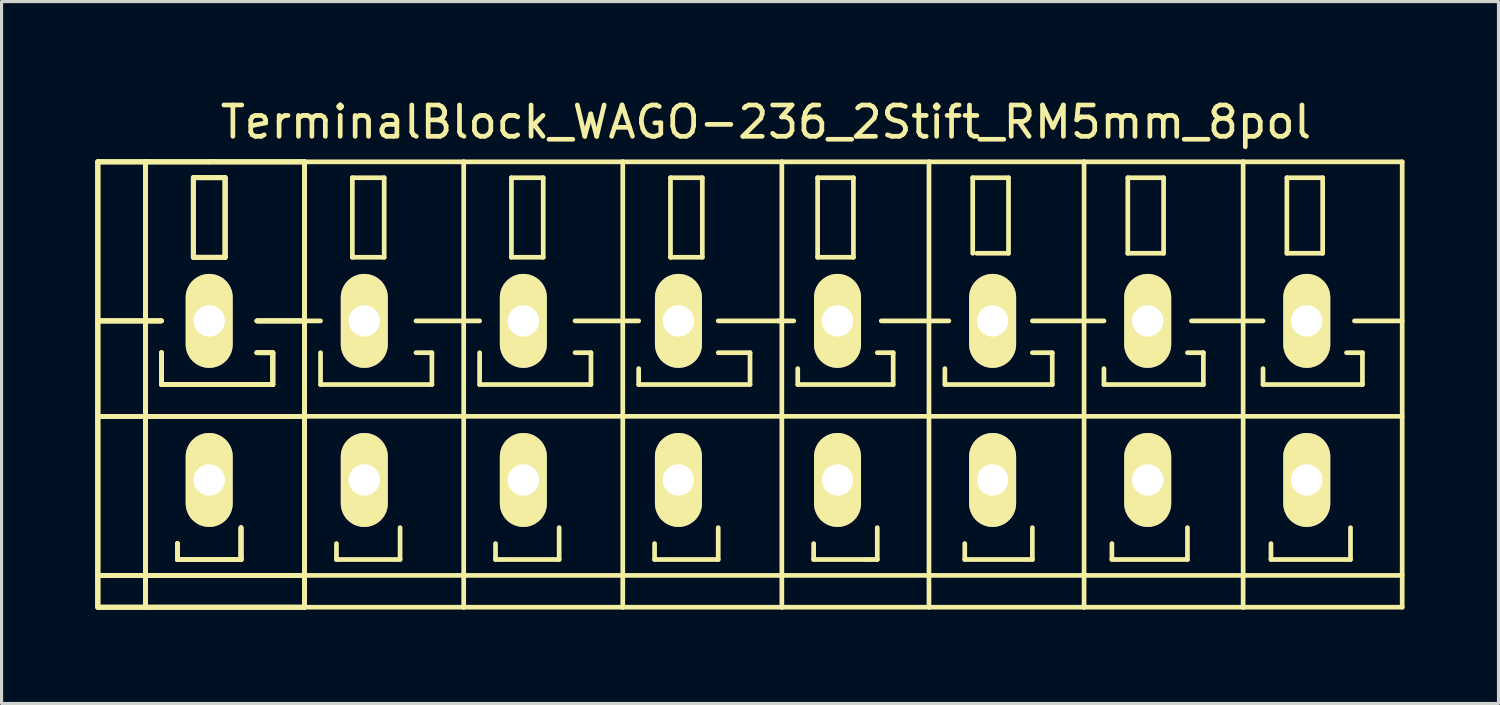
<source format=kicad_pcb>
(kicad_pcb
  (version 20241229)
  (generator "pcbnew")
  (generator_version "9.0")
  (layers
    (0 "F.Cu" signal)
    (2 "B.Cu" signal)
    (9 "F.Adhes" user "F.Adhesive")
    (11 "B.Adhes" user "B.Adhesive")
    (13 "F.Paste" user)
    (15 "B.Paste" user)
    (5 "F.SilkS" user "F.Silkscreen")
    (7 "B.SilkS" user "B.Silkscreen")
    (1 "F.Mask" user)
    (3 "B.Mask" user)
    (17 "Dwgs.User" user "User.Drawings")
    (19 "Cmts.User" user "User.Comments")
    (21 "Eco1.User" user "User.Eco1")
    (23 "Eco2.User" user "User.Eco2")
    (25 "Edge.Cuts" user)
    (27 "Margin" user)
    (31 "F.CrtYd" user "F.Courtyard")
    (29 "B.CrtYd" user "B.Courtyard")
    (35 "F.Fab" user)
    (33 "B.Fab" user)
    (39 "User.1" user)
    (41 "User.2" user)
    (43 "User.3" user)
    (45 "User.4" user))
  (footprint "TerminalBlock_WAGO-236_2Stift_RM5mm_8pol"
    (layer "F.Cu")
    (at 21.411 9.738)
    (property "Reference" "TerminalBlock_WAGO-236_2Stift_RM5mm_8pol" (at 0 -8.89 0) (layer "F.SilkS") (effects (font (size 1 1) (thickness 0.15))))
    (attr through_hole)
    (fp_line (start -21.336 -7.62) (end -19.812 -7.62) (stroke (width 0.15) (type solid)) (layer "F.SilkS"))
    (fp_line (start -21.336 -7.62) (end -19.812 -7.62) (stroke (width 0.15) (type solid)) (layer "F.SilkS"))
    (fp_line (start -21.336 -7.62) (end -19.812 -7.62) (stroke (width 0.15) (type solid)) (layer "F.SilkS"))
    (fp_line (start -21.336 -7.62) (end -19.812 -7.62) (stroke (width 0.15) (type solid)) (layer "F.SilkS"))
    (fp_line (start -21.336 -2.54) (end -19.304 -2.54) (stroke (width 0.15) (type solid)) (layer "F.SilkS"))
    (fp_line (start -21.336 -2.54) (end -19.304 -2.54) (stroke (width 0.15) (type solid)) (layer "F.SilkS"))
    (fp_line (start -21.336 -2.54) (end -19.304 -2.54) (stroke (width 0.15) (type solid)) (layer "F.SilkS"))
    (fp_line (start -21.336 -2.54) (end -19.304 -2.54) (stroke (width 0.15) (type solid)) (layer "F.SilkS"))
    (fp_line (start -21.336 0.508) (end -14.732 0.508) (stroke (width 0.15) (type solid)) (layer "F.SilkS"))
    (fp_line (start -21.336 0.508) (end -14.732 0.508) (stroke (width 0.15) (type solid)) (layer "F.SilkS"))
    (fp_line (start -21.336 0.508) (end -14.732 0.508) (stroke (width 0.15) (type solid)) (layer "F.SilkS"))
    (fp_line (start -21.336 0.508) (end -14.732 0.508) (stroke (width 0.15) (type solid)) (layer "F.SilkS"))
    (fp_line (start -21.336 5.588) (end -14.732 5.588) (stroke (width 0.15) (type solid)) (layer "F.SilkS"))
    (fp_line (start -21.336 5.588) (end -14.732 5.588) (stroke (width 0.15) (type solid)) (layer "F.SilkS"))
    (fp_line (start -21.336 5.588) (end -14.732 5.588) (stroke (width 0.15) (type solid)) (layer "F.SilkS"))
    (fp_line (start -21.336 5.588) (end -14.732 5.588) (stroke (width 0.15) (type solid)) (layer "F.SilkS"))
    (fp_line (start -21.336 6.604) (end -21.336 -7.62) (stroke (width 0.15) (type solid)) (layer "F.SilkS"))
    (fp_line (start -21.336 6.604) (end -21.336 -7.62) (stroke (width 0.15) (type solid)) (layer "F.SilkS"))
    (fp_line (start -21.336 6.604) (end -21.336 -7.62) (stroke (width 0.15) (type solid)) (layer "F.SilkS"))
    (fp_line (start -21.336 6.604) (end -21.336 -7.62) (stroke (width 0.15) (type solid)) (layer "F.SilkS"))
    (fp_line (start -19.812 -7.62) (end -17.78 -7.62) (stroke (width 0.15) (type solid)) (layer "F.SilkS"))
    (fp_line (start -19.812 -7.62) (end -17.78 -7.62) (stroke (width 0.15) (type solid)) (layer "F.SilkS"))
    (fp_line (start -19.812 -7.62) (end -17.78 -7.62) (stroke (width 0.15) (type solid)) (layer "F.SilkS"))
    (fp_line (start -19.812 -7.62) (end -17.78 -7.62) (stroke (width 0.15) (type solid)) (layer "F.SilkS"))
    (fp_line (start -19.812 6.604) (end -21.336 6.604) (stroke (width 0.15) (type solid)) (layer "F.SilkS"))
    (fp_line (start -19.812 6.604) (end -21.336 6.604) (stroke (width 0.15) (type solid)) (layer "F.SilkS"))
    (fp_line (start -19.812 6.604) (end -21.336 6.604) (stroke (width 0.15) (type solid)) (layer "F.SilkS"))
    (fp_line (start -19.812 6.604) (end -21.336 6.604) (stroke (width 0.15) (type solid)) (layer "F.SilkS"))
    (fp_line (start -19.812 6.604) (end -19.812 -7.62) (stroke (width 0.15) (type solid)) (layer "F.SilkS"))
    (fp_line (start -19.812 6.604) (end -19.812 -7.62) (stroke (width 0.15) (type solid)) (layer "F.SilkS"))
    (fp_line (start -19.812 6.604) (end -19.812 -7.62) (stroke (width 0.15) (type solid)) (layer "F.SilkS"))
    (fp_line (start -19.812 6.604) (end -19.812 -7.62) (stroke (width 0.15) (type solid)) (layer "F.SilkS"))
    (fp_line (start -19.304 -1.524) (end -19.304 -0.508) (stroke (width 0.15) (type solid)) (layer "F.SilkS"))
    (fp_line (start -19.304 -1.524) (end -19.304 -0.508) (stroke (width 0.15) (type solid)) (layer "F.SilkS"))
    (fp_line (start -19.304 -1.524) (end -19.304 -0.508) (stroke (width 0.15) (type solid)) (layer "F.SilkS"))
    (fp_line (start -19.304 -1.524) (end -19.304 -0.508) (stroke (width 0.15) (type solid)) (layer "F.SilkS"))
    (fp_line (start -19.304 -0.508) (end -15.748 -0.508) (stroke (width 0.15) (type solid)) (layer "F.SilkS"))
    (fp_line (start -19.304 -0.508) (end -15.748 -0.508) (stroke (width 0.15) (type solid)) (layer "F.SilkS"))
    (fp_line (start -19.304 -0.508) (end -15.748 -0.508) (stroke (width 0.15) (type solid)) (layer "F.SilkS"))
    (fp_line (start -19.304 -0.508) (end -15.748 -0.508) (stroke (width 0.15) (type solid)) (layer "F.SilkS"))
    (fp_line (start -18.796 4.572) (end -18.796 5.08) (stroke (width 0.15) (type solid)) (layer "F.SilkS"))
    (fp_line (start -18.796 4.572) (end -18.796 5.08) (stroke (width 0.15) (type solid)) (layer "F.SilkS"))
    (fp_line (start -18.796 4.572) (end -18.796 5.08) (stroke (width 0.15) (type solid)) (layer "F.SilkS"))
    (fp_line (start -18.796 4.572) (end -18.796 5.08) (stroke (width 0.15) (type solid)) (layer "F.SilkS"))
    (fp_line (start -18.796 5.08) (end -16.764 5.08) (stroke (width 0.15) (type solid)) (layer "F.SilkS"))
    (fp_line (start -18.796 5.08) (end -16.764 5.08) (stroke (width 0.15) (type solid)) (layer "F.SilkS"))
    (fp_line (start -18.796 5.08) (end -16.764 5.08) (stroke (width 0.15) (type solid)) (layer "F.SilkS"))
    (fp_line (start -18.796 5.08) (end -16.764 5.08) (stroke (width 0.15) (type solid)) (layer "F.SilkS"))
    (fp_line (start -18.288 -7.112) (end -17.272 -7.112) (stroke (width 0.15) (type solid)) (layer "F.SilkS"))
    (fp_line (start -18.288 -7.112) (end -17.272 -7.112) (stroke (width 0.15) (type solid)) (layer "F.SilkS"))
    (fp_line (start -18.288 -7.112) (end -17.272 -7.112) (stroke (width 0.15) (type solid)) (layer "F.SilkS"))
    (fp_line (start -18.288 -7.112) (end -17.272 -7.112) (stroke (width 0.15) (type solid)) (layer "F.SilkS"))
    (fp_line (start -18.288 -4.572) (end -18.288 -7.112) (stroke (width 0.15) (type solid)) (layer "F.SilkS"))
    (fp_line (start -18.288 -4.572) (end -18.288 -7.112) (stroke (width 0.15) (type solid)) (layer "F.SilkS"))
    (fp_line (start -18.288 -4.572) (end -18.288 -7.112) (stroke (width 0.15) (type solid)) (layer "F.SilkS"))
    (fp_line (start -18.288 -4.572) (end -18.288 -7.112) (stroke (width 0.15) (type solid)) (layer "F.SilkS"))
    (fp_line (start -17.78 -7.62) (end -14.732 -7.62) (stroke (width 0.15) (type solid)) (layer "F.SilkS"))
    (fp_line (start -17.78 -7.62) (end -14.732 -7.62) (stroke (width 0.15) (type solid)) (layer "F.SilkS"))
    (fp_line (start -17.78 -7.62) (end -14.732 -7.62) (stroke (width 0.15) (type solid)) (layer "F.SilkS"))
    (fp_line (start -17.78 -7.62) (end -14.732 -7.62) (stroke (width 0.15) (type solid)) (layer "F.SilkS"))
    (fp_line (start -17.272 -7.112) (end -17.272 -4.572) (stroke (width 0.15) (type solid)) (layer "F.SilkS"))
    (fp_line (start -17.272 -7.112) (end -17.272 -4.572) (stroke (width 0.15) (type solid)) (layer "F.SilkS"))
    (fp_line (start -17.272 -7.112) (end -17.272 -4.572) (stroke (width 0.15) (type solid)) (layer "F.SilkS"))
    (fp_line (start -17.272 -7.112) (end -17.272 -4.572) (stroke (width 0.15) (type solid)) (layer "F.SilkS"))
    (fp_line (start -17.272 -4.572) (end -18.288 -4.572) (stroke (width 0.15) (type solid)) (layer "F.SilkS"))
    (fp_line (start -17.272 -4.572) (end -18.288 -4.572) (stroke (width 0.15) (type solid)) (layer "F.SilkS"))
    (fp_line (start -17.272 -4.572) (end -18.288 -4.572) (stroke (width 0.15) (type solid)) (layer "F.SilkS"))
    (fp_line (start -17.272 -4.572) (end -18.288 -4.572) (stroke (width 0.15) (type solid)) (layer "F.SilkS"))
    (fp_line (start -16.764 5.08) (end -16.764 4.064) (stroke (width 0.15) (type solid)) (layer "F.SilkS"))
    (fp_line (start -16.764 5.08) (end -16.764 4.064) (stroke (width 0.15) (type solid)) (layer "F.SilkS"))
    (fp_line (start -16.764 5.08) (end -16.764 4.064) (stroke (width 0.15) (type solid)) (layer "F.SilkS"))
    (fp_line (start -16.764 5.08) (end -16.764 4.064) (stroke (width 0.15) (type solid)) (layer "F.SilkS"))
    (fp_line (start -16.256 -2.54) (end -14.732 -2.54) (stroke (width 0.15) (type solid)) (layer "F.SilkS"))
    (fp_line (start -16.256 -2.54) (end -14.732 -2.54) (stroke (width 0.15) (type solid)) (layer "F.SilkS"))
    (fp_line (start -16.256 -2.54) (end -14.732 -2.54) (stroke (width 0.15) (type solid)) (layer "F.SilkS"))
    (fp_line (start -16.256 -2.54) (end -14.732 -2.54) (stroke (width 0.15) (type solid)) (layer "F.SilkS"))
    (fp_line (start -15.748 -1.524) (end -16.256 -1.524) (stroke (width 0.15) (type solid)) (layer "F.SilkS"))
    (fp_line (start -15.748 -1.524) (end -16.256 -1.524) (stroke (width 0.15) (type solid)) (layer "F.SilkS"))
    (fp_line (start -15.748 -1.524) (end -16.256 -1.524) (stroke (width 0.15) (type solid)) (layer "F.SilkS"))
    (fp_line (start -15.748 -1.524) (end -16.256 -1.524) (stroke (width 0.15) (type solid)) (layer "F.SilkS"))
    (fp_line (start -15.748 -0.508) (end -15.748 -1.524) (stroke (width 0.15) (type solid)) (layer "F.SilkS"))
    (fp_line (start -15.748 -0.508) (end -15.748 -1.524) (stroke (width 0.15) (type solid)) (layer "F.SilkS"))
    (fp_line (start -15.748 -0.508) (end -15.748 -1.524) (stroke (width 0.15) (type solid)) (layer "F.SilkS"))
    (fp_line (start -15.748 -0.508) (end -15.748 -1.524) (stroke (width 0.15) (type solid)) (layer "F.SilkS"))
    (fp_line (start -14.732 -7.62) (end -14.732 6.604) (stroke (width 0.15) (type solid)) (layer "F.SilkS"))
    (fp_line (start -14.732 -7.62) (end -14.732 6.604) (stroke (width 0.15) (type solid)) (layer "F.SilkS"))
    (fp_line (start -14.732 -7.62) (end -14.732 6.604) (stroke (width 0.15) (type solid)) (layer "F.SilkS"))
    (fp_line (start -14.732 -7.62) (end -14.732 6.604) (stroke (width 0.15) (type solid)) (layer "F.SilkS"))
    (fp_line (start -14.732 -2.54) (end -14.224 -2.54) (stroke (width 0.15) (type solid)) (layer "F.SilkS"))
    (fp_line (start -14.732 0.508) (end -9.652 0.508) (stroke (width 0.15) (type solid)) (layer "F.SilkS"))
    (fp_line (start -14.732 5.588) (end -9.652 5.588) (stroke (width 0.15) (type solid)) (layer "F.SilkS"))
    (fp_line (start -14.732 6.604) (end -19.812 6.604) (stroke (width 0.15) (type solid)) (layer "F.SilkS"))
    (fp_line (start -14.732 6.604) (end -19.812 6.604) (stroke (width 0.15) (type solid)) (layer "F.SilkS"))
    (fp_line (start -14.732 6.604) (end -19.812 6.604) (stroke (width 0.15) (type solid)) (layer "F.SilkS"))
    (fp_line (start -14.732 6.604) (end -19.812 6.604) (stroke (width 0.15) (type solid)) (layer "F.SilkS"))
    (fp_line (start -14.732 6.604) (end -9.652 6.604) (stroke (width 0.15) (type solid)) (layer "F.SilkS"))
    (fp_line (start -14.224 -1.524) (end -14.224 -0.508) (stroke (width 0.15) (type solid)) (layer "F.SilkS"))
    (fp_line (start -14.224 -0.508) (end -10.668 -0.508) (stroke (width 0.15) (type solid)) (layer "F.SilkS"))
    (fp_line (start -13.716 4.572) (end -13.716 5.08) (stroke (width 0.15) (type solid)) (layer "F.SilkS"))
    (fp_line (start -13.716 5.08) (end -11.684 5.08) (stroke (width 0.15) (type solid)) (layer "F.SilkS"))
    (fp_line (start -13.208 -7.112) (end -13.208 -4.572) (stroke (width 0.15) (type solid)) (layer "F.SilkS"))
    (fp_line (start -13.208 -4.572) (end -12.192 -4.572) (stroke (width 0.15) (type solid)) (layer "F.SilkS"))
    (fp_line (start -12.192 -7.112) (end -13.208 -7.112) (stroke (width 0.15) (type solid)) (layer "F.SilkS"))
    (fp_line (start -12.192 -4.572) (end -12.192 -7.112) (stroke (width 0.15) (type solid)) (layer "F.SilkS"))
    (fp_line (start -11.684 5.08) (end -11.684 4.064) (stroke (width 0.15) (type solid)) (layer "F.SilkS"))
    (fp_line (start -11.176 -2.54) (end -9.652 -2.54) (stroke (width 0.15) (type solid)) (layer "F.SilkS"))
    (fp_line (start -10.668 -1.524) (end -11.176 -1.524) (stroke (width 0.15) (type solid)) (layer "F.SilkS"))
    (fp_line (start -10.668 -0.508) (end -10.668 -1.524) (stroke (width 0.15) (type solid)) (layer "F.SilkS"))
    (fp_line (start -9.652 -7.62) (end -14.732 -7.62) (stroke (width 0.15) (type solid)) (layer "F.SilkS"))
    (fp_line (start -9.652 -2.54) (end -9.144 -2.54) (stroke (width 0.15) (type solid)) (layer "F.SilkS"))
    (fp_line (start -9.652 0.508) (end -4.572 0.508) (stroke (width 0.15) (type solid)) (layer "F.SilkS"))
    (fp_line (start -9.652 5.588) (end -4.572 5.588) (stroke (width 0.15) (type solid)) (layer "F.SilkS"))
    (fp_line (start -9.652 6.604) (end -9.652 -7.62) (stroke (width 0.15) (type solid)) (layer "F.SilkS"))
    (fp_line (start -9.652 6.604) (end -4.572 6.604) (stroke (width 0.15) (type solid)) (layer "F.SilkS"))
    (fp_line (start -9.144 -1.524) (end -9.144 -0.508) (stroke (width 0.15) (type solid)) (layer "F.SilkS"))
    (fp_line (start -9.144 -0.508) (end -5.588 -0.508) (stroke (width 0.15) (type solid)) (layer "F.SilkS"))
    (fp_line (start -8.636 4.572) (end -8.636 5.08) (stroke (width 0.15) (type solid)) (layer "F.SilkS"))
    (fp_line (start -8.636 5.08) (end -6.604 5.08) (stroke (width 0.15) (type solid)) (layer "F.SilkS"))
    (fp_line (start -8.128 -7.112) (end -8.128 -4.572) (stroke (width 0.15) (type solid)) (layer "F.SilkS"))
    (fp_line (start -8.128 -4.572) (end -7.112 -4.572) (stroke (width 0.15) (type solid)) (layer "F.SilkS"))
    (fp_line (start -7.112 -7.112) (end -8.128 -7.112) (stroke (width 0.15) (type solid)) (layer "F.SilkS"))
    (fp_line (start -7.112 -4.572) (end -7.112 -7.112) (stroke (width 0.15) (type solid)) (layer "F.SilkS"))
    (fp_line (start -6.604 5.08) (end -6.604 4.064) (stroke (width 0.15) (type solid)) (layer "F.SilkS"))
    (fp_line (start -6.096 -2.54) (end -4.572 -2.54) (stroke (width 0.15) (type solid)) (layer "F.SilkS"))
    (fp_line (start -5.588 -1.524) (end -6.096 -1.524) (stroke (width 0.15) (type solid)) (layer "F.SilkS"))
    (fp_line (start -5.588 -0.508) (end -5.588 -1.524) (stroke (width 0.15) (type solid)) (layer "F.SilkS"))
    (fp_line (start -4.572 -7.62) (end -9.652 -7.62) (stroke (width 0.15) (type solid)) (layer "F.SilkS"))
    (fp_line (start -4.572 -2.54) (end -4.064 -2.54) (stroke (width 0.15) (type solid)) (layer "F.SilkS"))
    (fp_line (start -4.572 0.508) (end 0.508 0.508) (stroke (width 0.15) (type solid)) (layer "F.SilkS"))
    (fp_line (start -4.572 5.588) (end 0.508 5.588) (stroke (width 0.15) (type solid)) (layer "F.SilkS"))
    (fp_line (start -4.572 6.604) (end -4.572 -7.62) (stroke (width 0.15) (type solid)) (layer "F.SilkS"))
    (fp_line (start -4.572 6.604) (end 0.508 6.604) (stroke (width 0.15) (type solid)) (layer "F.SilkS"))
    (fp_line (start -4.064 -1.016) (end -4.064 -0.508) (stroke (width 0.15) (type solid)) (layer "F.SilkS"))
    (fp_line (start -4.064 -0.508) (end -0.508 -0.508) (stroke (width 0.15) (type solid)) (layer "F.SilkS"))
    (fp_line (start -3.556 4.572) (end -3.556 5.08) (stroke (width 0.15) (type solid)) (layer "F.SilkS"))
    (fp_line (start -3.556 5.08) (end -1.524 5.08) (stroke (width 0.15) (type solid)) (layer "F.SilkS"))
    (fp_line (start -3.048 -7.112) (end -3.048 -4.572) (stroke (width 0.15) (type solid)) (layer "F.SilkS"))
    (fp_line (start -3.048 -4.572) (end -2.032 -4.572) (stroke (width 0.15) (type solid)) (layer "F.SilkS"))
    (fp_line (start -2.032 -7.112) (end -3.048 -7.112) (stroke (width 0.15) (type solid)) (layer "F.SilkS"))
    (fp_line (start -2.032 -4.572) (end -2.032 -7.112) (stroke (width 0.15) (type solid)) (layer "F.SilkS"))
    (fp_line (start -1.524 -2.54) (end 0.508 -2.54) (stroke (width 0.15) (type solid)) (layer "F.SilkS"))
    (fp_line (start -1.524 5.08) (end -1.524 4.064) (stroke (width 0.15) (type solid)) (layer "F.SilkS"))
    (fp_line (start -0.508 -1.524) (end -1.524 -1.524) (stroke (width 0.15) (type solid)) (layer "F.SilkS"))
    (fp_line (start -0.508 -0.508) (end -0.508 -1.524) (stroke (width 0.15) (type solid)) (layer "F.SilkS"))
    (fp_line (start 0.381 -2.54) (end 0.889 -2.54) (stroke (width 0.15) (type solid)) (layer "F.SilkS"))
    (fp_line (start 0.508 -7.62) (end -4.572 -7.62) (stroke (width 0.15) (type solid)) (layer "F.SilkS"))
    (fp_line (start 0.508 0.508) (end 5.207 0.508) (stroke (width 0.15) (type solid)) (layer "F.SilkS"))
    (fp_line (start 0.508 5.588) (end 5.207 5.588) (stroke (width 0.15) (type solid)) (layer "F.SilkS"))
    (fp_line (start 0.508 6.604) (end 0.508 -7.62) (stroke (width 0.15) (type solid)) (layer "F.SilkS"))
    (fp_line (start 0.508 6.604) (end 5.207 6.604) (stroke (width 0.15) (type solid)) (layer "F.SilkS"))
    (fp_line (start 1.016 -1.016) (end 1.016 -0.508) (stroke (width 0.15) (type solid)) (layer "F.SilkS"))
    (fp_line (start 1.016 -0.508) (end 4.064 -0.508) (stroke (width 0.15) (type solid)) (layer "F.SilkS"))
    (fp_line (start 1.524 4.572) (end 1.524 5.08) (stroke (width 0.15) (type solid)) (layer "F.SilkS"))
    (fp_line (start 1.524 5.08) (end 3.175 5.08) (stroke (width 0.15) (type solid)) (layer "F.SilkS"))
    (fp_line (start 1.651 -7.112) (end 2.794 -7.112) (stroke (width 0.15) (type solid)) (layer "F.SilkS"))
    (fp_line (start 1.651 -4.572) (end 1.651 -7.112) (stroke (width 0.15) (type solid)) (layer "F.SilkS"))
    (fp_line (start 2.794 -7.112) (end 2.794 -4.572) (stroke (width 0.15) (type solid)) (layer "F.SilkS"))
    (fp_line (start 2.794 -4.572) (end 1.651 -4.572) (stroke (width 0.15) (type solid)) (layer "F.SilkS"))
    (fp_line (start 3.175 5.08) (end 3.302 5.08) (stroke (width 0.15) (type solid)) (layer "F.SilkS"))
    (fp_line (start 3.302 5.08) (end 3.556 5.08) (stroke (width 0.15) (type solid)) (layer "F.SilkS"))
    (fp_line (start 3.556 5.08) (end 3.556 4.064) (stroke (width 0.15) (type solid)) (layer "F.SilkS"))
    (fp_line (start 3.683 -2.54) (end 5.207 -2.54) (stroke (width 0.15) (type solid)) (layer "F.SilkS"))
    (fp_line (start 4.064 -1.524) (end 3.556 -1.524) (stroke (width 0.15) (type solid)) (layer "F.SilkS"))
    (fp_line (start 4.064 -0.508) (end 4.064 -1.524) (stroke (width 0.15) (type solid)) (layer "F.SilkS"))
    (fp_line (start 5.207 -7.62) (end 0.508 -7.62) (stroke (width 0.15) (type solid)) (layer "F.SilkS"))
    (fp_line (start 5.207 -2.54) (end 5.842 -2.54) (stroke (width 0.15) (type solid)) (layer "F.SilkS"))
    (fp_line (start 5.207 0.508) (end 10.16 0.508) (stroke (width 0.15) (type solid)) (layer "F.SilkS"))
    (fp_line (start 5.207 5.588) (end 10.16 5.588) (stroke (width 0.15) (type solid)) (layer "F.SilkS"))
    (fp_line (start 5.207 6.604) (end 5.207 -7.62) (stroke (width 0.15) (type solid)) (layer "F.SilkS"))
    (fp_line (start 5.207 6.604) (end 10.16 6.604) (stroke (width 0.15) (type solid)) (layer "F.SilkS"))
    (fp_line (start 5.715 -1.016) (end 5.715 -0.508) (stroke (width 0.15) (type solid)) (layer "F.SilkS"))
    (fp_line (start 5.715 -0.508) (end 9.144 -0.508) (stroke (width 0.15) (type solid)) (layer "F.SilkS"))
    (fp_line (start 6.35 4.572) (end 6.35 5.08) (stroke (width 0.15) (type solid)) (layer "F.SilkS"))
    (fp_line (start 6.35 5.08) (end 8.509 5.08) (stroke (width 0.15) (type solid)) (layer "F.SilkS"))
    (fp_line (start 6.604 -7.112) (end 6.604 -4.699) (stroke (width 0.15) (type solid)) (layer "F.SilkS"))
    (fp_line (start 6.731 -4.699) (end 7.747 -4.699) (stroke (width 0.15) (type solid)) (layer "F.SilkS"))
    (fp_line (start 7.747 -7.112) (end 6.604 -7.112) (stroke (width 0.15) (type solid)) (layer "F.SilkS"))
    (fp_line (start 7.747 -4.699) (end 7.747 -7.112) (stroke (width 0.15) (type solid)) (layer "F.SilkS"))
    (fp_line (start 8.509 -2.54) (end 10.16 -2.54) (stroke (width 0.15) (type solid)) (layer "F.SilkS"))
    (fp_line (start 8.509 5.08) (end 8.509 4.064) (stroke (width 0.15) (type solid)) (layer "F.SilkS"))
    (fp_line (start 9.144 -1.524) (end 8.509 -1.524) (stroke (width 0.15) (type solid)) (layer "F.SilkS"))
    (fp_line (start 9.144 -0.508) (end 9.144 -1.524) (stroke (width 0.15) (type solid)) (layer "F.SilkS"))
    (fp_line (start 10.16 -7.62) (end 5.207 -7.62) (stroke (width 0.15) (type solid)) (layer "F.SilkS"))
    (fp_line (start 10.16 -2.54) (end 10.795 -2.54) (stroke (width 0.15) (type solid)) (layer "F.SilkS"))
    (fp_line (start 10.16 0.508) (end 15.24 0.508) (stroke (width 0.15) (type solid)) (layer "F.SilkS"))
    (fp_line (start 10.16 5.588) (end 15.24 5.588) (stroke (width 0.15) (type solid)) (layer "F.SilkS"))
    (fp_line (start 10.16 6.604) (end 10.16 -7.62) (stroke (width 0.15) (type solid)) (layer "F.SilkS"))
    (fp_line (start 10.16 6.604) (end 15.24 6.604) (stroke (width 0.15) (type solid)) (layer "F.SilkS"))
    (fp_line (start 10.795 -1.016) (end 10.795 -0.508) (stroke (width 0.15) (type solid)) (layer "F.SilkS"))
    (fp_line (start 10.795 -0.508) (end 13.97 -0.508) (stroke (width 0.15) (type solid)) (layer "F.SilkS"))
    (fp_line (start 11.049 4.572) (end 11.049 5.08) (stroke (width 0.15) (type solid)) (layer "F.SilkS"))
    (fp_line (start 11.049 5.08) (end 13.462 5.08) (stroke (width 0.15) (type solid)) (layer "F.SilkS"))
    (fp_line (start 11.557 -7.112) (end 11.557 -4.699) (stroke (width 0.15) (type solid)) (layer "F.SilkS"))
    (fp_line (start 11.557 -4.699) (end 12.7 -4.699) (stroke (width 0.15) (type solid)) (layer "F.SilkS"))
    (fp_line (start 12.7 -7.112) (end 11.557 -7.112) (stroke (width 0.15) (type solid)) (layer "F.SilkS"))
    (fp_line (start 12.7 -4.699) (end 12.7 -7.112) (stroke (width 0.15) (type solid)) (layer "F.SilkS"))
    (fp_line (start 13.462 5.08) (end 13.462 4.064) (stroke (width 0.15) (type solid)) (layer "F.SilkS"))
    (fp_line (start 13.589 -2.54) (end 15.24 -2.54) (stroke (width 0.15) (type solid)) (layer "F.SilkS"))
    (fp_line (start 13.97 -1.524) (end 13.462 -1.524) (stroke (width 0.15) (type solid)) (layer "F.SilkS"))
    (fp_line (start 13.97 -0.508) (end 13.97 -1.524) (stroke (width 0.15) (type solid)) (layer "F.SilkS"))
    (fp_line (start 15.24 -7.62) (end 10.16 -7.62) (stroke (width 0.15) (type solid)) (layer "F.SilkS"))
    (fp_line (start 15.24 -2.54) (end 15.875 -2.54) (stroke (width 0.15) (type solid)) (layer "F.SilkS"))
    (fp_line (start 15.24 0.508) (end 20.32 0.508) (stroke (width 0.15) (type solid)) (layer "F.SilkS"))
    (fp_line (start 15.24 5.588) (end 20.32 5.588) (stroke (width 0.15) (type solid)) (layer "F.SilkS"))
    (fp_line (start 15.24 6.604) (end 15.24 -7.62) (stroke (width 0.15) (type solid)) (layer "F.SilkS"))
    (fp_line (start 15.24 6.604) (end 20.32 6.604) (stroke (width 0.15) (type solid)) (layer "F.SilkS"))
    (fp_line (start 15.875 -1.016) (end 15.875 -0.508) (stroke (width 0.15) (type solid)) (layer "F.SilkS"))
    (fp_line (start 15.875 -0.508) (end 19.05 -0.508) (stroke (width 0.15) (type solid)) (layer "F.SilkS"))
    (fp_line (start 16.129 4.572) (end 16.129 5.08) (stroke (width 0.15) (type solid)) (layer "F.SilkS"))
    (fp_line (start 16.129 5.08) (end 18.669 5.08) (stroke (width 0.15) (type solid)) (layer "F.SilkS"))
    (fp_line (start 16.637 -7.112) (end 16.637 -4.699) (stroke (width 0.15) (type solid)) (layer "F.SilkS"))
    (fp_line (start 16.637 -4.699) (end 17.78 -4.699) (stroke (width 0.15) (type solid)) (layer "F.SilkS"))
    (fp_line (start 17.78 -7.112) (end 16.637 -7.112) (stroke (width 0.15) (type solid)) (layer "F.SilkS"))
    (fp_line (start 17.78 -4.699) (end 17.78 -7.112) (stroke (width 0.15) (type solid)) (layer "F.SilkS"))
    (fp_line (start 18.669 5.08) (end 18.669 4.064) (stroke (width 0.15) (type solid)) (layer "F.SilkS"))
    (fp_line (start 18.796 -2.54) (end 20.32 -2.54) (stroke (width 0.15) (type solid)) (layer "F.SilkS"))
    (fp_line (start 19.05 -1.524) (end 18.542 -1.524) (stroke (width 0.15) (type solid)) (layer "F.SilkS"))
    (fp_line (start 19.05 -0.508) (end 19.05 -1.524) (stroke (width 0.15) (type solid)) (layer "F.SilkS"))
    (fp_line (start 20.32 -7.62) (end 15.24 -7.62) (stroke (width 0.15) (type solid)) (layer "F.SilkS"))
    (fp_line (start 20.32 6.604) (end 20.32 -7.62) (stroke (width 0.15) (type solid)) (layer "F.SilkS"))
    (pad "1" thru_hole oval (at -17.78 -2.54 90) (size 3 1.501) (drill 1.001) (layers "*.Cu" "*.Mask" "F.SilkS"))
    (pad "1" thru_hole oval (at -17.78 2.54 90) (size 3 1.501) (drill 1.001) (layers "*.Cu" "*.Mask" "F.SilkS"))
    (pad "2" thru_hole oval (at -12.827 -2.54 90) (size 3 1.501) (drill 1.001) (layers "*.Cu" "*.Mask" "F.SilkS"))
    (pad "2" thru_hole oval (at -12.827 2.54 90) (size 3 1.501) (drill 1.001) (layers "*.Cu" "*.Mask" "F.SilkS"))
    (pad "3" thru_hole oval (at -7.747 -2.54 90) (size 3 1.501) (drill 1.001) (layers "*.Cu" "*.Mask" "F.SilkS"))
    (pad "3" thru_hole oval (at -7.747 2.54 90) (size 3 1.501) (drill 1.001) (layers "*.Cu" "*.Mask" "F.SilkS"))
    (pad "4" thru_hole oval (at -2.794 -2.54 90) (size 3 1.501) (drill 1.001) (layers "*.Cu" "*.Mask" "F.SilkS"))
    (pad "4" thru_hole oval (at -2.794 2.54 90) (size 3 1.501) (drill 1.001) (layers "*.Cu" "*.Mask" "F.SilkS"))
    (pad "5" thru_hole oval (at 2.286 -2.54 90) (size 3 1.501) (drill 1.001) (layers "*.Cu" "*.Mask" "F.SilkS"))
    (pad "5" thru_hole oval (at 2.286 2.54 90) (size 3 1.501) (drill 1.001) (layers "*.Cu" "*.Mask" "F.SilkS"))
    (pad "6" thru_hole oval (at 7.239 -2.54 90) (size 3 1.501) (drill 1.001) (layers "*.Cu" "*.Mask" "F.SilkS"))
    (pad "6" thru_hole oval (at 7.239 2.54 90) (size 3 1.501) (drill 1.001) (layers "*.Cu" "*.Mask" "F.SilkS"))
    (pad "7" thru_hole oval (at 12.192 -2.54 90) (size 3 1.501) (drill 1.001) (layers "*.Cu" "*.Mask" "F.SilkS"))
    (pad "7" thru_hole oval (at 12.192 2.54 90) (size 3 1.501) (drill 1.001) (layers "*.Cu" "*.Mask" "F.SilkS"))
    (pad "8" thru_hole oval (at 17.272 -2.54 90) (size 3 1.501) (drill 1.001) (layers "*.Cu" "*.Mask" "F.SilkS"))
    (pad "8" thru_hole oval (at 17.272 2.54 90) (size 3 1.501) (drill 1.001) (layers "*.Cu" "*.Mask" "F.SilkS")))
  (gr_rect
    (start -3 -3)
    (end 44.806 19.417)
    (stroke (width 0.1) (type default))
    (fill no)
    (layer "Edge.Cuts")))
</source>
